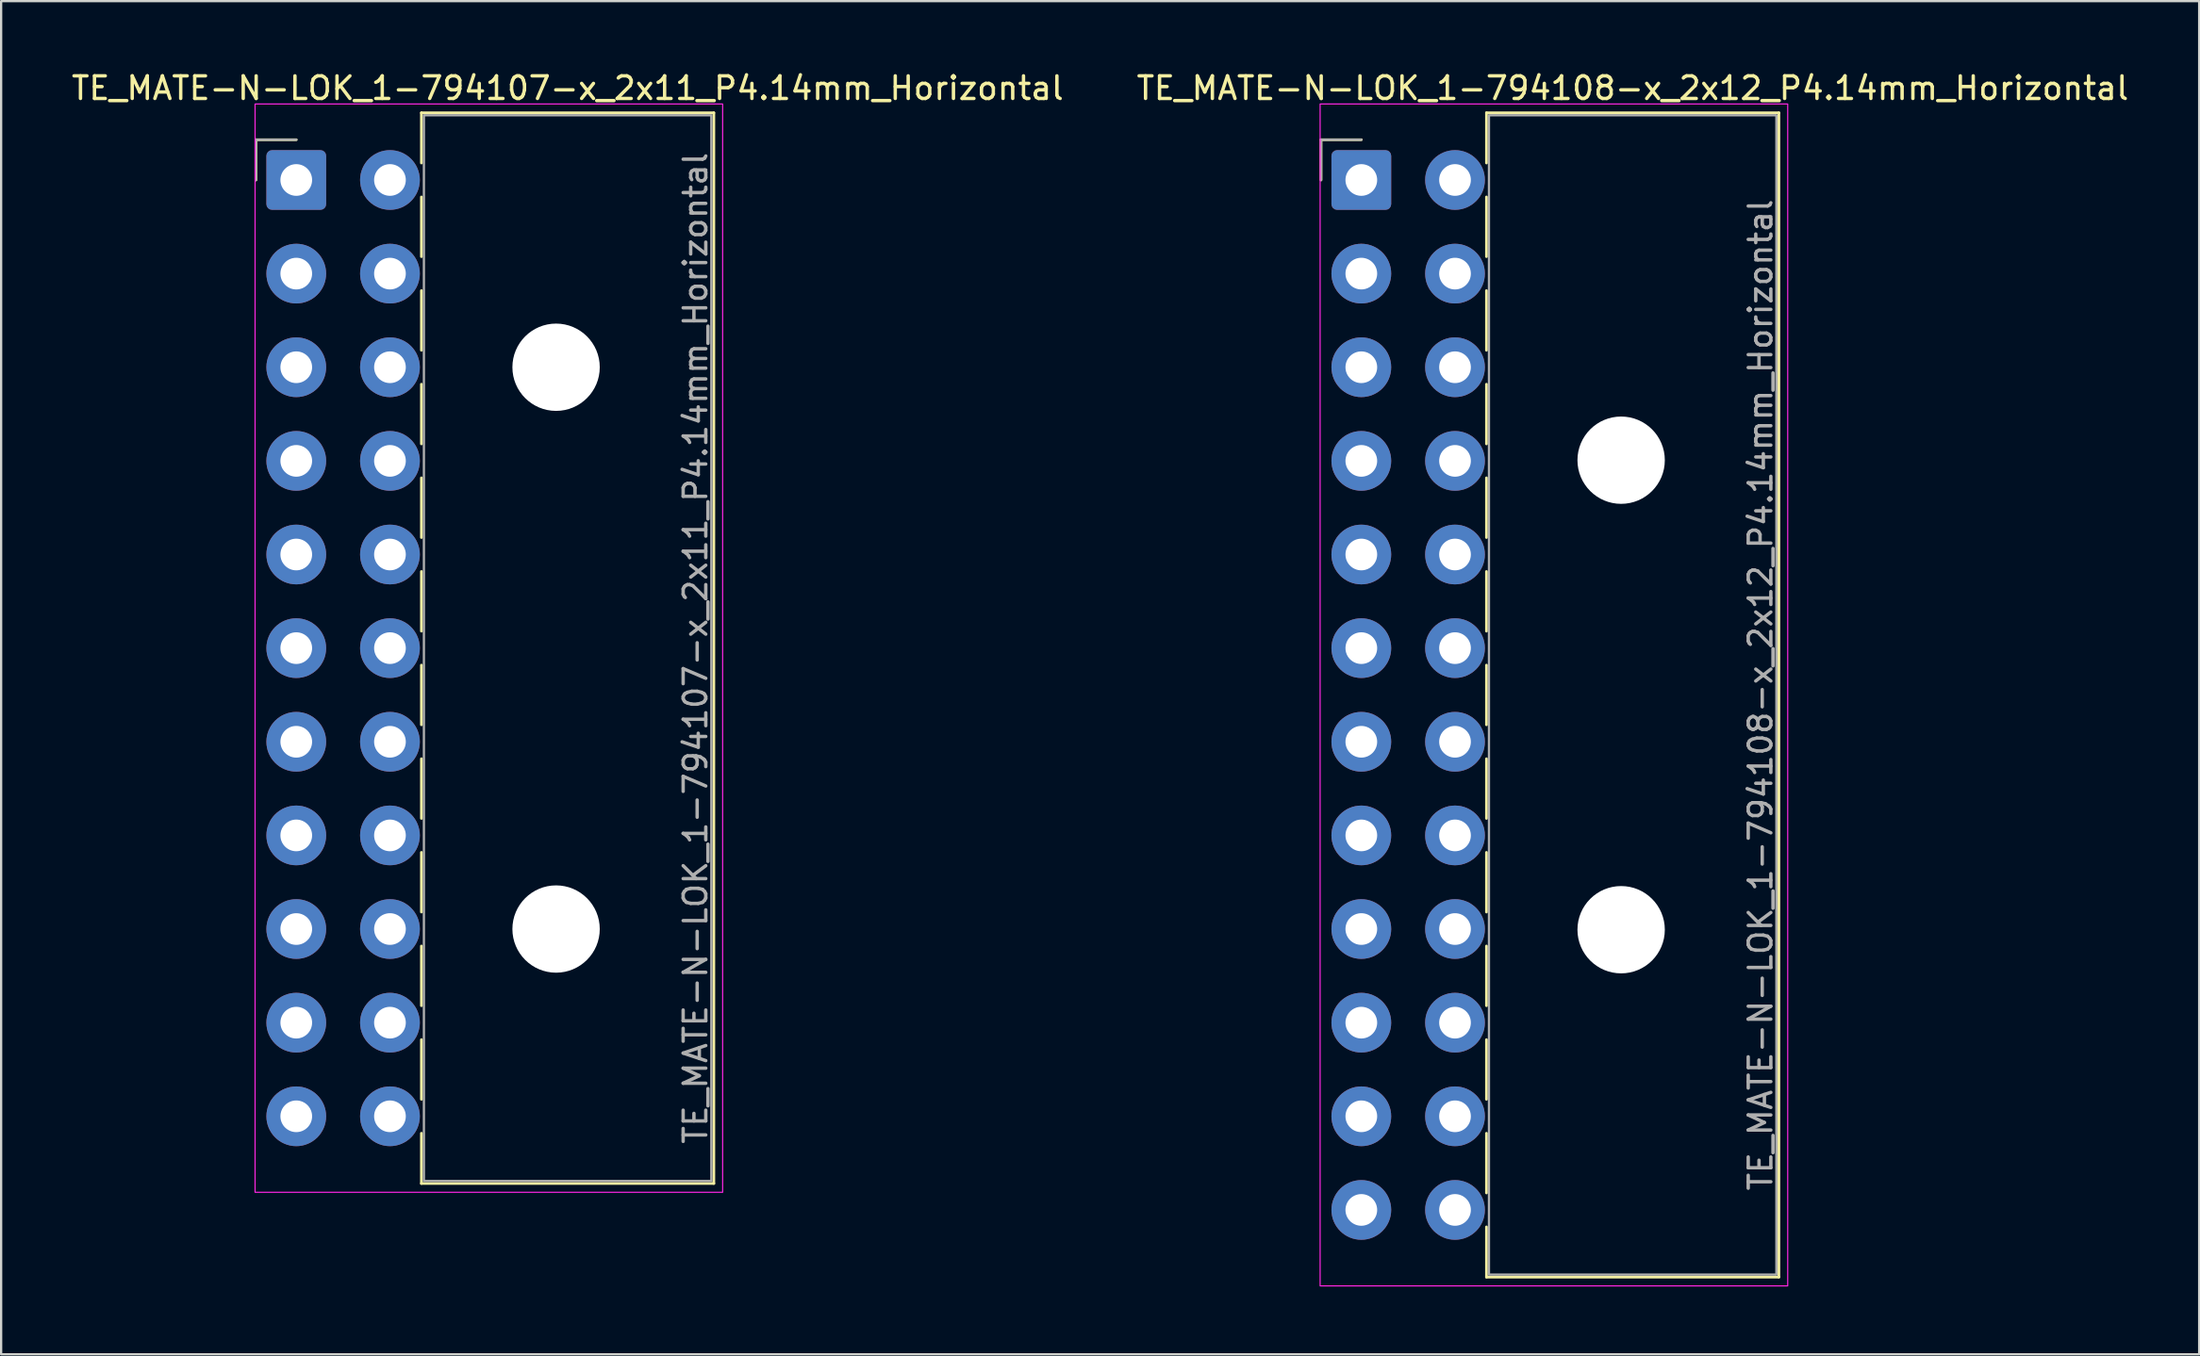
<source format=kicad_pcb>
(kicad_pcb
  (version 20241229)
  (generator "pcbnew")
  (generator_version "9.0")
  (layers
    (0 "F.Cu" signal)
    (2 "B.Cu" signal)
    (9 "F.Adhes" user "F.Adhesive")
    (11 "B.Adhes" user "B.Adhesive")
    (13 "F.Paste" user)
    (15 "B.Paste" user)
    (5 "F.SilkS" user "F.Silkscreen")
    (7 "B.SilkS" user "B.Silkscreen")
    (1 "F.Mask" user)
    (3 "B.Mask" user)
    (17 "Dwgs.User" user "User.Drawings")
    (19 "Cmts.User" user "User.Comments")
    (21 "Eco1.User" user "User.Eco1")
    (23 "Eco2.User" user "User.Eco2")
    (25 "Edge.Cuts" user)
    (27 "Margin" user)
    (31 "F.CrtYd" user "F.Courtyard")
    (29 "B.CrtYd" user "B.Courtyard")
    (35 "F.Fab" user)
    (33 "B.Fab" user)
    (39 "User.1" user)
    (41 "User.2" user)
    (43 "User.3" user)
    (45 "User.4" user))
  (footprint "TE_MATE-N-LOK_1-794108-x_2x12_P4.14mm_Horizontal"
    (layer "F.Cu")
    (at 57.099 4.908)
    (property "Reference" "TE_MATE-N-LOK_1-794108-x_2x12_P4.14mm_Horizontal" (at 11.99 -4.06 0) (layer "F.SilkS") (effects (font (size 1 1) (thickness 0.15))))
    (attr through_hole)
    (fp_line (start -1.78 -1.78) (end -1.78 0) (stroke (width 0.12) (type solid)) (layer "F.SilkS"))
    (fp_line (start 0 -1.78) (end -1.78 -1.78) (stroke (width 0.12) (type solid)) (layer "F.SilkS"))
    (fp_line (start 5.53 -2.97) (end 18.45 -2.97) (stroke (width 0.12) (type solid)) (layer "F.SilkS"))
    (fp_line (start 5.53 -0.751) (end 5.53 -2.97) (stroke (width 0.12) (type solid)) (layer "F.SilkS"))
    (fp_line (start 5.53 0.751) (end 5.53 3.389) (stroke (width 0.12) (type solid)) (layer "F.SilkS"))
    (fp_line (start 5.53 4.891) (end 5.53 7.529) (stroke (width 0.12) (type solid)) (layer "F.SilkS"))
    (fp_line (start 5.53 9.031) (end 5.53 11.669) (stroke (width 0.12) (type solid)) (layer "F.SilkS"))
    (fp_line (start 5.53 13.171) (end 5.53 15.809) (stroke (width 0.12) (type solid)) (layer "F.SilkS"))
    (fp_line (start 5.53 17.311) (end 5.53 19.949) (stroke (width 0.12) (type solid)) (layer "F.SilkS"))
    (fp_line (start 5.53 21.451) (end 5.53 24.089) (stroke (width 0.12) (type solid)) (layer "F.SilkS"))
    (fp_line (start 5.53 25.591) (end 5.53 28.229) (stroke (width 0.12) (type solid)) (layer "F.SilkS"))
    (fp_line (start 5.53 29.731) (end 5.53 32.369) (stroke (width 0.12) (type solid)) (layer "F.SilkS"))
    (fp_line (start 5.53 33.871) (end 5.53 36.509) (stroke (width 0.12) (type solid)) (layer "F.SilkS"))
    (fp_line (start 5.53 38.011) (end 5.53 40.649) (stroke (width 0.12) (type solid)) (layer "F.SilkS"))
    (fp_line (start 5.53 42.151) (end 5.53 44.789) (stroke (width 0.12) (type solid)) (layer "F.SilkS"))
    (fp_line (start 5.53 48.51) (end 5.53 46.291) (stroke (width 0.12) (type solid)) (layer "F.SilkS"))
    (fp_line (start 18.45 -2.97) (end 18.45 48.51) (stroke (width 0.12) (type solid)) (layer "F.SilkS"))
    (fp_line (start 18.45 48.51) (end 5.53 48.51) (stroke (width 0.12) (type solid)) (layer "F.SilkS"))
    (fp_rect (start -1.82 -3.36) (end 18.84 48.9) (stroke (width 0.05) (type solid)) (fill no) (layer "F.CrtYd"))
    (fp_line (start -1.78 -1.78) (end -1.78 0) (stroke (width 0.1) (type solid)) (layer "F.Fab"))
    (fp_line (start 0 -1.78) (end -1.78 -1.78) (stroke (width 0.1) (type solid)) (layer "F.Fab"))
    (fp_rect (start 5.64 -2.86) (end 18.34 48.4) (stroke (width 0.1) (type solid)) (fill no) (layer "F.Fab"))
    (fp_text user "${REFERENCE}" (at 17.64 22.77 90) (layer "F.Fab") (effects (font (size 1 1) (thickness 0.15))))
    (pad "" np_thru_hole circle (at 11.48 12.39) (size 3.86 3.86) (drill 3.86) (layers "*.Cu" "*.Mask"))
    (pad "" np_thru_hole circle (at 11.48 33.15) (size 3.86 3.86) (drill 3.86) (layers "*.Cu" "*.Mask"))
    (pad "1" thru_hole roundrect (at 0 0) (size 2.64 2.64) (drill 1.4) (layers "*.Cu" "*.Mask") (roundrect_rratio 0.095))
    (pad "2" thru_hole circle (at 0 4.14) (size 2.64 2.64) (drill 1.4) (layers "*.Cu" "*.Mask"))
    (pad "3" thru_hole circle (at 0 8.28) (size 2.64 2.64) (drill 1.4) (layers "*.Cu" "*.Mask"))
    (pad "4" thru_hole circle (at 0 12.42) (size 2.64 2.64) (drill 1.4) (layers "*.Cu" "*.Mask"))
    (pad "5" thru_hole circle (at 0 16.56) (size 2.64 2.64) (drill 1.4) (layers "*.Cu" "*.Mask"))
    (pad "6" thru_hole circle (at 0 20.7) (size 2.64 2.64) (drill 1.4) (layers "*.Cu" "*.Mask"))
    (pad "7" thru_hole circle (at 0 24.84) (size 2.64 2.64) (drill 1.4) (layers "*.Cu" "*.Mask"))
    (pad "8" thru_hole circle (at 0 28.98) (size 2.64 2.64) (drill 1.4) (layers "*.Cu" "*.Mask"))
    (pad "9" thru_hole circle (at 0 33.12) (size 2.64 2.64) (drill 1.4) (layers "*.Cu" "*.Mask"))
    (pad "10" thru_hole circle (at 0 37.26) (size 2.64 2.64) (drill 1.4) (layers "*.Cu" "*.Mask"))
    (pad "11" thru_hole circle (at 0 41.4) (size 2.64 2.64) (drill 1.4) (layers "*.Cu" "*.Mask"))
    (pad "12" thru_hole circle (at 0 45.54) (size 2.64 2.64) (drill 1.4) (layers "*.Cu" "*.Mask"))
    (pad "13" thru_hole circle (at 4.14 0) (size 2.64 2.64) (drill 1.4) (layers "*.Cu" "*.Mask"))
    (pad "14" thru_hole circle (at 4.14 4.14) (size 2.64 2.64) (drill 1.4) (layers "*.Cu" "*.Mask"))
    (pad "15" thru_hole circle (at 4.14 8.28) (size 2.64 2.64) (drill 1.4) (layers "*.Cu" "*.Mask"))
    (pad "16" thru_hole circle (at 4.14 12.42) (size 2.64 2.64) (drill 1.4) (layers "*.Cu" "*.Mask"))
    (pad "17" thru_hole circle (at 4.14 16.56) (size 2.64 2.64) (drill 1.4) (layers "*.Cu" "*.Mask"))
    (pad "18" thru_hole circle (at 4.14 20.7) (size 2.64 2.64) (drill 1.4) (layers "*.Cu" "*.Mask"))
    (pad "19" thru_hole circle (at 4.14 24.84) (size 2.64 2.64) (drill 1.4) (layers "*.Cu" "*.Mask"))
    (pad "20" thru_hole circle (at 4.14 28.98) (size 2.64 2.64) (drill 1.4) (layers "*.Cu" "*.Mask"))
    (pad "21" thru_hole circle (at 4.14 33.12) (size 2.64 2.64) (drill 1.4) (layers "*.Cu" "*.Mask"))
    (pad "22" thru_hole circle (at 4.14 37.26) (size 2.64 2.64) (drill 1.4) (layers "*.Cu" "*.Mask"))
    (pad "23" thru_hole circle (at 4.14 41.4) (size 2.64 2.64) (drill 1.4) (layers "*.Cu" "*.Mask"))
    (pad "24" thru_hole circle (at 4.14 45.54) (size 2.64 2.64) (drill 1.4) (layers "*.Cu" "*.Mask")))
  (footprint "TE_MATE-N-LOK_1-794107-x_2x11_P4.14mm_Horizontal"
    (layer "F.Cu")
    (at 10.04 4.908)
    (property "Reference" "TE_MATE-N-LOK_1-794107-x_2x11_P4.14mm_Horizontal" (at 11.99 -4.06 0) (layer "F.SilkS") (effects (font (size 1 1) (thickness 0.15))))
    (attr through_hole)
    (fp_line (start -1.78 -1.78) (end -1.78 0) (stroke (width 0.12) (type solid)) (layer "F.SilkS"))
    (fp_line (start 0 -1.78) (end -1.78 -1.78) (stroke (width 0.12) (type solid)) (layer "F.SilkS"))
    (fp_line (start 5.53 -2.97) (end 18.45 -2.97) (stroke (width 0.12) (type solid)) (layer "F.SilkS"))
    (fp_line (start 5.53 -0.751) (end 5.53 -2.97) (stroke (width 0.12) (type solid)) (layer "F.SilkS"))
    (fp_line (start 5.53 0.751) (end 5.53 3.389) (stroke (width 0.12) (type solid)) (layer "F.SilkS"))
    (fp_line (start 5.53 4.891) (end 5.53 7.529) (stroke (width 0.12) (type solid)) (layer "F.SilkS"))
    (fp_line (start 5.53 9.031) (end 5.53 11.669) (stroke (width 0.12) (type solid)) (layer "F.SilkS"))
    (fp_line (start 5.53 13.171) (end 5.53 15.809) (stroke (width 0.12) (type solid)) (layer "F.SilkS"))
    (fp_line (start 5.53 17.311) (end 5.53 19.949) (stroke (width 0.12) (type solid)) (layer "F.SilkS"))
    (fp_line (start 5.53 21.451) (end 5.53 24.089) (stroke (width 0.12) (type solid)) (layer "F.SilkS"))
    (fp_line (start 5.53 25.591) (end 5.53 28.229) (stroke (width 0.12) (type solid)) (layer "F.SilkS"))
    (fp_line (start 5.53 29.731) (end 5.53 32.369) (stroke (width 0.12) (type solid)) (layer "F.SilkS"))
    (fp_line (start 5.53 33.871) (end 5.53 36.509) (stroke (width 0.12) (type solid)) (layer "F.SilkS"))
    (fp_line (start 5.53 38.011) (end 5.53 40.649) (stroke (width 0.12) (type solid)) (layer "F.SilkS"))
    (fp_line (start 5.53 44.37) (end 5.53 42.151) (stroke (width 0.12) (type solid)) (layer "F.SilkS"))
    (fp_line (start 18.45 -2.97) (end 18.45 44.37) (stroke (width 0.12) (type solid)) (layer "F.SilkS"))
    (fp_line (start 18.45 44.37) (end 5.53 44.37) (stroke (width 0.12) (type solid)) (layer "F.SilkS"))
    (fp_rect (start -1.82 -3.36) (end 18.84 44.76) (stroke (width 0.05) (type solid)) (fill no) (layer "F.CrtYd"))
    (fp_line (start -1.78 -1.78) (end -1.78 0) (stroke (width 0.1) (type solid)) (layer "F.Fab"))
    (fp_line (start 0 -1.78) (end -1.78 -1.78) (stroke (width 0.1) (type solid)) (layer "F.Fab"))
    (fp_rect (start 5.64 -2.86) (end 18.34 44.26) (stroke (width 0.1) (type solid)) (fill no) (layer "F.Fab"))
    (fp_text user "${REFERENCE}" (at 17.64 20.7 90) (layer "F.Fab") (effects (font (size 1 1) (thickness 0.15))))
    (pad "" np_thru_hole circle (at 11.48 8.28) (size 3.86 3.86) (drill 3.86) (layers "*.Cu" "*.Mask"))
    (pad "" np_thru_hole circle (at 11.48 33.12) (size 3.86 3.86) (drill 3.86) (layers "*.Cu" "*.Mask"))
    (pad "1" thru_hole roundrect (at 0 0) (size 2.64 2.64) (drill 1.4) (layers "*.Cu" "*.Mask") (roundrect_rratio 0.095))
    (pad "2" thru_hole circle (at 0 4.14) (size 2.64 2.64) (drill 1.4) (layers "*.Cu" "*.Mask"))
    (pad "3" thru_hole circle (at 0 8.28) (size 2.64 2.64) (drill 1.4) (layers "*.Cu" "*.Mask"))
    (pad "4" thru_hole circle (at 0 12.42) (size 2.64 2.64) (drill 1.4) (layers "*.Cu" "*.Mask"))
    (pad "5" thru_hole circle (at 0 16.56) (size 2.64 2.64) (drill 1.4) (layers "*.Cu" "*.Mask"))
    (pad "6" thru_hole circle (at 0 20.7) (size 2.64 2.64) (drill 1.4) (layers "*.Cu" "*.Mask"))
    (pad "7" thru_hole circle (at 0 24.84) (size 2.64 2.64) (drill 1.4) (layers "*.Cu" "*.Mask"))
    (pad "8" thru_hole circle (at 0 28.98) (size 2.64 2.64) (drill 1.4) (layers "*.Cu" "*.Mask"))
    (pad "9" thru_hole circle (at 0 33.12) (size 2.64 2.64) (drill 1.4) (layers "*.Cu" "*.Mask"))
    (pad "10" thru_hole circle (at 0 37.26) (size 2.64 2.64) (drill 1.4) (layers "*.Cu" "*.Mask"))
    (pad "11" thru_hole circle (at 0 41.4) (size 2.64 2.64) (drill 1.4) (layers "*.Cu" "*.Mask"))
    (pad "12" thru_hole circle (at 4.14 0) (size 2.64 2.64) (drill 1.4) (layers "*.Cu" "*.Mask"))
    (pad "13" thru_hole circle (at 4.14 4.14) (size 2.64 2.64) (drill 1.4) (layers "*.Cu" "*.Mask"))
    (pad "14" thru_hole circle (at 4.14 8.28) (size 2.64 2.64) (drill 1.4) (layers "*.Cu" "*.Mask"))
    (pad "15" thru_hole circle (at 4.14 12.42) (size 2.64 2.64) (drill 1.4) (layers "*.Cu" "*.Mask"))
    (pad "16" thru_hole circle (at 4.14 16.56) (size 2.64 2.64) (drill 1.4) (layers "*.Cu" "*.Mask"))
    (pad "17" thru_hole circle (at 4.14 20.7) (size 2.64 2.64) (drill 1.4) (layers "*.Cu" "*.Mask"))
    (pad "18" thru_hole circle (at 4.14 24.84) (size 2.64 2.64) (drill 1.4) (layers "*.Cu" "*.Mask"))
    (pad "19" thru_hole circle (at 4.14 28.98) (size 2.64 2.64) (drill 1.4) (layers "*.Cu" "*.Mask"))
    (pad "20" thru_hole circle (at 4.14 33.12) (size 2.64 2.64) (drill 1.4) (layers "*.Cu" "*.Mask"))
    (pad "21" thru_hole circle (at 4.14 37.26) (size 2.64 2.64) (drill 1.4) (layers "*.Cu" "*.Mask"))
    (pad "22" thru_hole circle (at 4.14 41.4) (size 2.64 2.64) (drill 1.4) (layers "*.Cu" "*.Mask")))
  (gr_rect
    (start -3 -3)
    (end 94.119 56.833)
    (stroke (width 0.1) (type default))
    (fill no)
    (layer "Edge.Cuts")))
</source>
